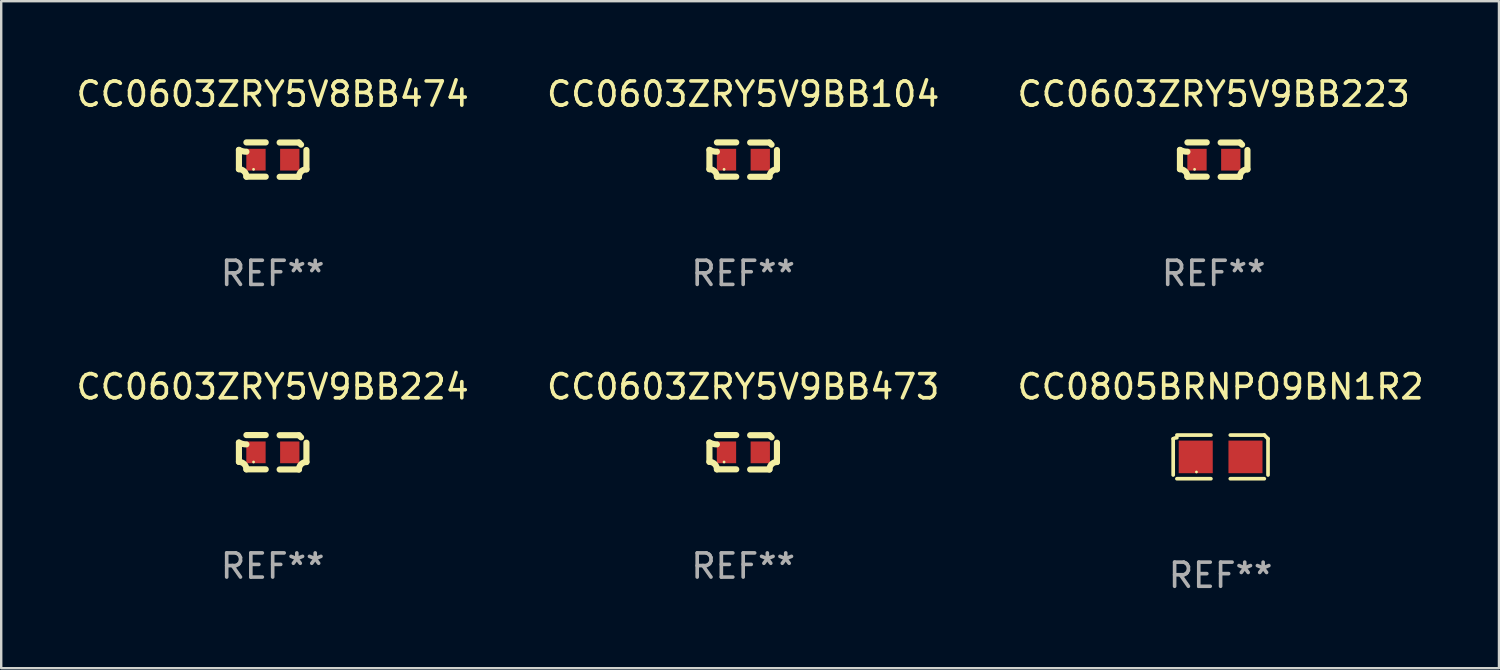
<source format=kicad_pcb>
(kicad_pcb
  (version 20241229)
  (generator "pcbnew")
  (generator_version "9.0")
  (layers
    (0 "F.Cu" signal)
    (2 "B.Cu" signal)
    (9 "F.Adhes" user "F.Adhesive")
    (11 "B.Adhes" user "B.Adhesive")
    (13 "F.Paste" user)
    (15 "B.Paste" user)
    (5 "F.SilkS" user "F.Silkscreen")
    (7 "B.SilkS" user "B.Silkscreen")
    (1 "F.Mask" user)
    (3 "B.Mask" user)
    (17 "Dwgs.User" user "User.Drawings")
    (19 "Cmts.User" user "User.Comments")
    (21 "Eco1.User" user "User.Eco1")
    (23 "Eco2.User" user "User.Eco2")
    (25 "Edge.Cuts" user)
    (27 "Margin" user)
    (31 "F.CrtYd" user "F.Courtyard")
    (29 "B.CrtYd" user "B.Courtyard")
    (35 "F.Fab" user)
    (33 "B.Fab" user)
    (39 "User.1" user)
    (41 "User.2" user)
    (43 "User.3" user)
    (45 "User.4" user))
  (footprint "CC0603ZRY5V9BB473"
    (layer "F.Cu")
    (at 27.732 15.683)
    (property "Reference" "CC0603ZRY5V9BB473" (at 0 -2.713 0) (layer "F.SilkS") (effects (font (size 1 1) (thickness 0.15))))
    (attr through_hole)
    (fp_line (start -1.398 -0.403) (end -1.398 0.397) (stroke (width 0.254) (type solid)) (layer "F.SilkS"))
    (fp_line (start -0.288 -0.713) (end -1.088 -0.713) (stroke (width 0.254) (type solid)) (layer "F.SilkS"))
    (fp_line (start -0.288 0.707) (end -1.088 0.707) (stroke (width 0.254) (type solid)) (layer "F.SilkS"))
    (fp_line (start 0.288 -0.707) (end 1.088 -0.707) (stroke (width 0.254) (type solid)) (layer "F.SilkS"))
    (fp_line (start 0.288 0.713) (end 1.088 0.713) (stroke (width 0.254) (type solid)) (layer "F.SilkS"))
    (fp_line (start 1.398 -0.397) (end 1.398 0.403) (stroke (width 0.254) (type solid)) (layer "F.SilkS"))
    (fp_arc (start -1.397789 0.397066) (mid -1.178701 0.487826) (end -1.08796 0.706922) (stroke (width 0.254001) (type solid)) (layer "F.SilkS"))
    (fp_arc (start -1.08796 -0.327176) (mid -1.247436 -0.346384) (end -1.39779 -0.402908) (stroke (width 0.254001) (type solid)) (layer "F.SilkS"))
    (fp_arc (start 1.087909 0.712738) (mid 1.178656 0.493655) (end 1.397739 0.402908) (stroke (width 0.254001) (type solid)) (layer "F.SilkS"))
    (fp_arc (start 1.175925 -0.618926) (mid 1.131917 -0.662923) (end 1.08791 -0.706922) (stroke (width 0.254001) (type solid)) (layer "F.SilkS"))
    (fp_circle (center -0.792 0.403) (end -0.762 0.403) (stroke (width 0.06) (type solid)) (fill no) (layer "F.SilkS"))
    (fp_text user "REF**" (at 0 4.713 0) (layer "F.Fab") (effects (font (size 1 1) (thickness 0.15))))
    (pad "1" smd rect (at -0.692 0.003) (size 0.8 0.9) (layers "F.Cu" "F.Mask" "F.Paste"))
    (pad "2" smd rect (at 0.708 0.003) (size 0.8 0.9) (layers "F.Cu" "F.Mask" "F.Paste")))
  (footprint "CC0603ZRY5V8BB474"
    (layer "F.Cu")
    (at 8.244 3.561)
    (property "Reference" "CC0603ZRY5V8BB474" (at 0 -2.713 0) (layer "F.SilkS") (effects (font (size 1 1) (thickness 0.15))))
    (attr through_hole)
    (fp_line (start -1.398 -0.403) (end -1.398 0.397) (stroke (width 0.254) (type solid)) (layer "F.SilkS"))
    (fp_line (start -0.288 -0.713) (end -1.088 -0.713) (stroke (width 0.254) (type solid)) (layer "F.SilkS"))
    (fp_line (start -0.288 0.707) (end -1.088 0.707) (stroke (width 0.254) (type solid)) (layer "F.SilkS"))
    (fp_line (start 0.288 -0.707) (end 1.088 -0.707) (stroke (width 0.254) (type solid)) (layer "F.SilkS"))
    (fp_line (start 0.288 0.713) (end 1.088 0.713) (stroke (width 0.254) (type solid)) (layer "F.SilkS"))
    (fp_line (start 1.398 -0.397) (end 1.398 0.403) (stroke (width 0.254) (type solid)) (layer "F.SilkS"))
    (fp_arc (start -1.397789 0.397066) (mid -1.178701 0.487826) (end -1.08796 0.706922) (stroke (width 0.254001) (type solid)) (layer "F.SilkS"))
    (fp_arc (start -1.08796 -0.327176) (mid -1.247436 -0.346384) (end -1.39779 -0.402908) (stroke (width 0.254001) (type solid)) (layer "F.SilkS"))
    (fp_arc (start 1.087909 0.712738) (mid 1.178656 0.493655) (end 1.397739 0.402908) (stroke (width 0.254001) (type solid)) (layer "F.SilkS"))
    (fp_arc (start 1.175925 -0.618926) (mid 1.131917 -0.662923) (end 1.08791 -0.706922) (stroke (width 0.254001) (type solid)) (layer "F.SilkS"))
    (fp_circle (center -0.792 0.403) (end -0.762 0.403) (stroke (width 0.06) (type solid)) (fill no) (layer "F.SilkS"))
    (fp_text user "REF**" (at 0 4.713 0) (layer "F.Fab") (effects (font (size 1 1) (thickness 0.15))))
    (pad "1" smd rect (at -0.692 0.003) (size 0.8 0.9) (layers "F.Cu" "F.Mask" "F.Paste"))
    (pad "2" smd rect (at 0.708 0.003) (size 0.8 0.9) (layers "F.Cu" "F.Mask" "F.Paste")))
  (footprint "CC0603ZRY5V9BB104"
    (layer "F.Cu")
    (at 27.732 3.561)
    (property "Reference" "CC0603ZRY5V9BB104" (at 0 -2.713 0) (layer "F.SilkS") (effects (font (size 1 1) (thickness 0.15))))
    (attr through_hole)
    (fp_line (start -1.398 -0.403) (end -1.398 0.397) (stroke (width 0.254) (type solid)) (layer "F.SilkS"))
    (fp_line (start -0.288 -0.713) (end -1.088 -0.713) (stroke (width 0.254) (type solid)) (layer "F.SilkS"))
    (fp_line (start -0.288 0.707) (end -1.088 0.707) (stroke (width 0.254) (type solid)) (layer "F.SilkS"))
    (fp_line (start 0.288 -0.707) (end 1.088 -0.707) (stroke (width 0.254) (type solid)) (layer "F.SilkS"))
    (fp_line (start 0.288 0.713) (end 1.088 0.713) (stroke (width 0.254) (type solid)) (layer "F.SilkS"))
    (fp_line (start 1.398 -0.397) (end 1.398 0.403) (stroke (width 0.254) (type solid)) (layer "F.SilkS"))
    (fp_arc (start -1.397789 0.397066) (mid -1.178701 0.487826) (end -1.08796 0.706922) (stroke (width 0.254001) (type solid)) (layer "F.SilkS"))
    (fp_arc (start -1.08796 -0.327176) (mid -1.247436 -0.346384) (end -1.39779 -0.402908) (stroke (width 0.254001) (type solid)) (layer "F.SilkS"))
    (fp_arc (start 1.087909 0.712738) (mid 1.178656 0.493655) (end 1.397739 0.402908) (stroke (width 0.254001) (type solid)) (layer "F.SilkS"))
    (fp_arc (start 1.175925 -0.618926) (mid 1.131917 -0.662923) (end 1.08791 -0.706922) (stroke (width 0.254001) (type solid)) (layer "F.SilkS"))
    (fp_circle (center -0.792 0.403) (end -0.762 0.403) (stroke (width 0.06) (type solid)) (fill no) (layer "F.SilkS"))
    (fp_text user "REF**" (at 0 4.713 0) (layer "F.Fab") (effects (font (size 1 1) (thickness 0.15))))
    (pad "1" smd rect (at -0.692 0.003) (size 0.8 0.9) (layers "F.Cu" "F.Mask" "F.Paste"))
    (pad "2" smd rect (at 0.708 0.003) (size 0.8 0.9) (layers "F.Cu" "F.Mask" "F.Paste")))
  (footprint "CC0805BRNPO9BN1R2"
    (layer "F.Cu")
    (at 47.506 15.874)
    (property "Reference" "CC0805BRNPO9BN1R2" (at 0 -2.904 0) (layer "F.SilkS") (effects (font (size 1 1) (thickness 0.15))))
    (attr through_hole)
    (fp_line (start -1.964 0.751) (end -1.964 -0.751) (stroke (width 0.152) (type solid)) (layer "F.SilkS"))
    (fp_line (start -1.811 -0.904) (end -0.401 -0.904) (stroke (width 0.152) (type solid)) (layer "F.SilkS"))
    (fp_line (start -0.401 0.904) (end -1.811 0.904) (stroke (width 0.152) (type solid)) (layer "F.SilkS"))
    (fp_line (start 0.401 0.904) (end 1.811 0.904) (stroke (width 0.152) (type solid)) (layer "F.SilkS"))
    (fp_line (start 1.811 -0.904) (end 0.401 -0.904) (stroke (width 0.152) (type solid)) (layer "F.SilkS"))
    (fp_line (start 1.964 0.751) (end 1.964 -0.751) (stroke (width 0.152) (type solid)) (layer "F.SilkS"))
    (fp_arc (start -1.963602 -0.751207) (mid -1.890354 -0.783131) (end -1.811201 -0.794044) (stroke (width 0.1524) (type solid)) (layer "F.SilkS"))
    (fp_arc (start 1.811202 -0.903607) (mid 1.887413 -0.827418) (end 1.963602 -0.751207) (stroke (width 0.1524) (type solid)) (layer "F.SilkS"))
    (fp_circle (center -1 0.625) (end -0.97 0.625) (stroke (width 0.06) (type solid)) (fill no) (layer "F.SilkS"))
    (fp_text user "REF**" (at 0 4.904 0) (layer "F.Fab") (effects (font (size 1 1) (thickness 0.15))))
    (pad "1" smd rect (at -1.03 0) (size 1.41 1.35) (layers "F.Cu" "F.Mask" "F.Paste"))
    (pad "2" smd rect (at 1.03 0) (size 1.41 1.35) (layers "F.Cu" "F.Mask" "F.Paste")))
  (footprint "CC0603ZRY5V9BB224"
    (layer "F.Cu")
    (at 8.244 15.683)
    (property "Reference" "CC0603ZRY5V9BB224" (at 0 -2.713 0) (layer "F.SilkS") (effects (font (size 1 1) (thickness 0.15))))
    (attr through_hole)
    (fp_line (start -1.398 -0.403) (end -1.398 0.397) (stroke (width 0.254) (type solid)) (layer "F.SilkS"))
    (fp_line (start -0.288 -0.713) (end -1.088 -0.713) (stroke (width 0.254) (type solid)) (layer "F.SilkS"))
    (fp_line (start -0.288 0.707) (end -1.088 0.707) (stroke (width 0.254) (type solid)) (layer "F.SilkS"))
    (fp_line (start 0.288 -0.707) (end 1.088 -0.707) (stroke (width 0.254) (type solid)) (layer "F.SilkS"))
    (fp_line (start 0.288 0.713) (end 1.088 0.713) (stroke (width 0.254) (type solid)) (layer "F.SilkS"))
    (fp_line (start 1.398 -0.397) (end 1.398 0.403) (stroke (width 0.254) (type solid)) (layer "F.SilkS"))
    (fp_arc (start -1.397789 0.397066) (mid -1.178701 0.487826) (end -1.08796 0.706922) (stroke (width 0.254001) (type solid)) (layer "F.SilkS"))
    (fp_arc (start -1.08796 -0.327176) (mid -1.247436 -0.346384) (end -1.39779 -0.402908) (stroke (width 0.254001) (type solid)) (layer "F.SilkS"))
    (fp_arc (start 1.087909 0.712738) (mid 1.178656 0.493655) (end 1.397739 0.402908) (stroke (width 0.254001) (type solid)) (layer "F.SilkS"))
    (fp_arc (start 1.175925 -0.618926) (mid 1.131917 -0.662923) (end 1.08791 -0.706922) (stroke (width 0.254001) (type solid)) (layer "F.SilkS"))
    (fp_circle (center -0.792 0.403) (end -0.762 0.403) (stroke (width 0.06) (type solid)) (fill no) (layer "F.SilkS"))
    (fp_text user "REF**" (at 0 4.713 0) (layer "F.Fab") (effects (font (size 1 1) (thickness 0.15))))
    (pad "1" smd rect (at -0.692 0.003) (size 0.8 0.9) (layers "F.Cu" "F.Mask" "F.Paste"))
    (pad "2" smd rect (at 0.708 0.003) (size 0.8 0.9) (layers "F.Cu" "F.Mask" "F.Paste")))
  (footprint "CC0603ZRY5V9BB223"
    (layer "F.Cu")
    (at 47.22 3.561)
    (property "Reference" "CC0603ZRY5V9BB223" (at 0 -2.713 0) (layer "F.SilkS") (effects (font (size 1 1) (thickness 0.15))))
    (attr through_hole)
    (fp_line (start -1.398 -0.403) (end -1.398 0.397) (stroke (width 0.254) (type solid)) (layer "F.SilkS"))
    (fp_line (start -0.288 -0.713) (end -1.088 -0.713) (stroke (width 0.254) (type solid)) (layer "F.SilkS"))
    (fp_line (start -0.288 0.707) (end -1.088 0.707) (stroke (width 0.254) (type solid)) (layer "F.SilkS"))
    (fp_line (start 0.288 -0.707) (end 1.088 -0.707) (stroke (width 0.254) (type solid)) (layer "F.SilkS"))
    (fp_line (start 0.288 0.713) (end 1.088 0.713) (stroke (width 0.254) (type solid)) (layer "F.SilkS"))
    (fp_line (start 1.398 -0.397) (end 1.398 0.403) (stroke (width 0.254) (type solid)) (layer "F.SilkS"))
    (fp_arc (start -1.397789 0.397066) (mid -1.178701 0.487826) (end -1.08796 0.706922) (stroke (width 0.254001) (type solid)) (layer "F.SilkS"))
    (fp_arc (start -1.08796 -0.327176) (mid -1.247436 -0.346384) (end -1.39779 -0.402908) (stroke (width 0.254001) (type solid)) (layer "F.SilkS"))
    (fp_arc (start 1.087909 0.712738) (mid 1.178656 0.493655) (end 1.397739 0.402908) (stroke (width 0.254001) (type solid)) (layer "F.SilkS"))
    (fp_arc (start 1.175925 -0.618926) (mid 1.131917 -0.662923) (end 1.08791 -0.706922) (stroke (width 0.254001) (type solid)) (layer "F.SilkS"))
    (fp_circle (center -0.792 0.403) (end -0.762 0.403) (stroke (width 0.06) (type solid)) (fill no) (layer "F.SilkS"))
    (fp_text user "REF**" (at 0 4.713 0) (layer "F.Fab") (effects (font (size 1 1) (thickness 0.15))))
    (pad "1" smd rect (at -0.692 0.003) (size 0.8 0.9) (layers "F.Cu" "F.Mask" "F.Paste"))
    (pad "2" smd rect (at 0.708 0.003) (size 0.8 0.9) (layers "F.Cu" "F.Mask" "F.Paste")))
  (gr_rect
    (start -3 -3)
    (end 59.036 24.626)
    (stroke (width 0.1) (type default))
    (fill no)
    (layer "Edge.Cuts")))
</source>
